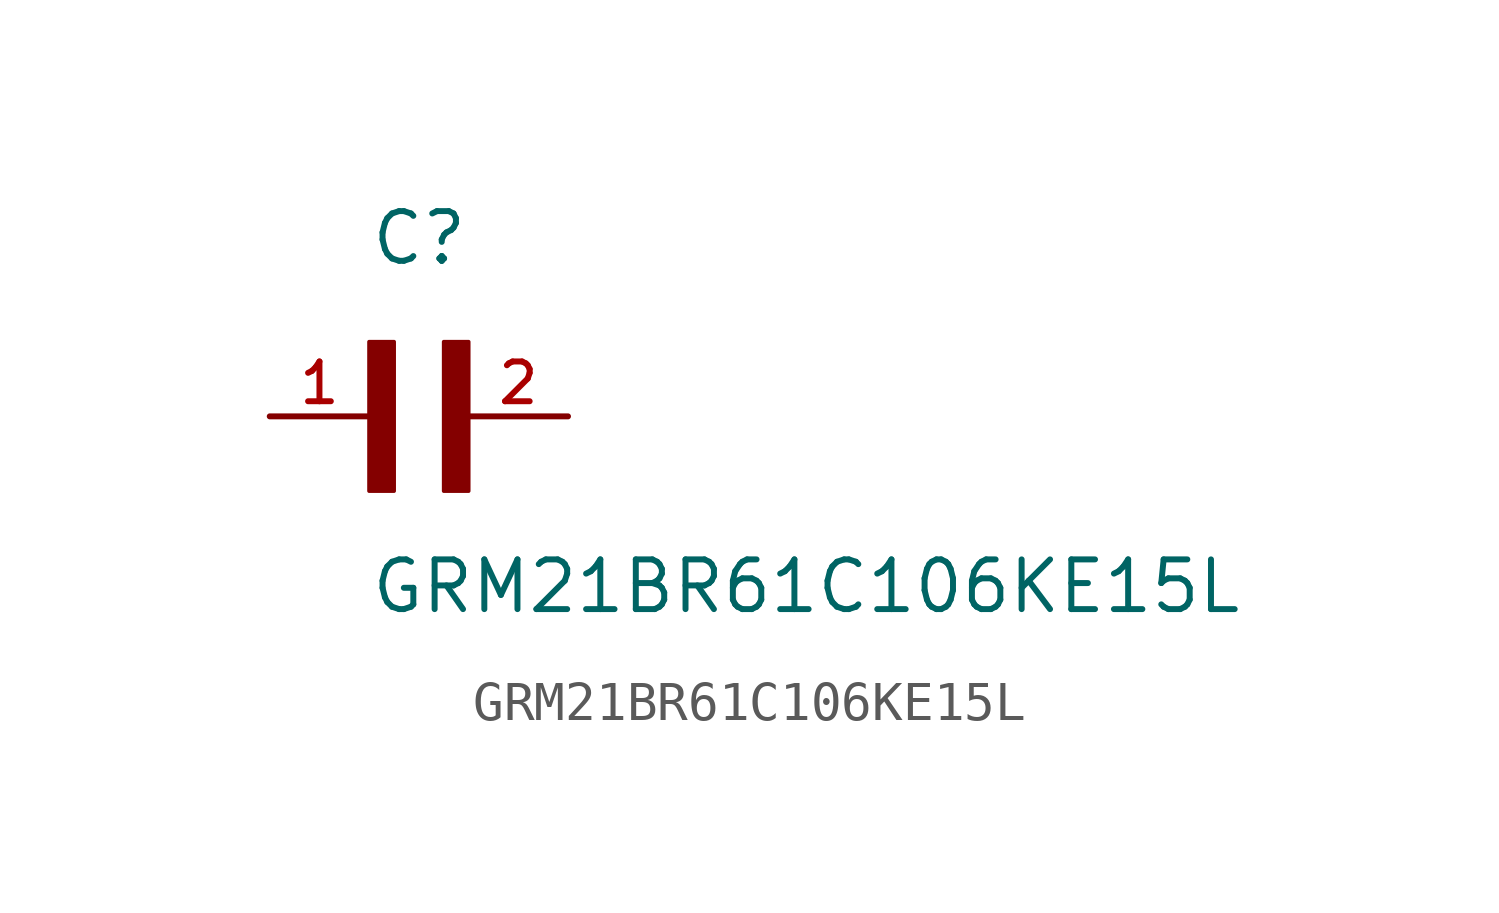
<source format=kicad_sym>
(kicad_symbol_lib
  (version 20211014)
  (generator kicad_symbol_editor)
  (symbol "GRM21BR61C106KE15L"
    (pin_names
      (offset 1.016))
    (property "Reference" "C"
      (at 0.0 3.811 0)
      (effects (font (size 1.27 1.27)) (justify bottom left)))
    (property "Value" "GRM21BR61C106KE15L"
      (at 0.0 -5.088 0)
      (effects (font (size 1.27 1.27)) (justify bottom left)))
    (symbol "GRM21BR61C106KE15L_0_0"
      (rectangle (start 0.0 -1.907) (end 0.635 1.905) (stroke (width 0.1)) (fill (type outline)))
      (rectangle (start 1.907 -1.907) (end 2.54 1.905) (stroke (width 0.1)) (fill (type outline)))
      (pin passive line (at 5.08 0.0 180.0) (length 2.54) (name "~" (effects (font (size 1.016 1.016)))) (number "2" (effects (font (size 1.016 1.016)))))
      (pin passive line (at -2.54 0.0 0) (length 2.54) (name "~" (effects (font (size 1.016 1.016)))) (number "1" (effects (font (size 1.016 1.016))))))))
</source>
